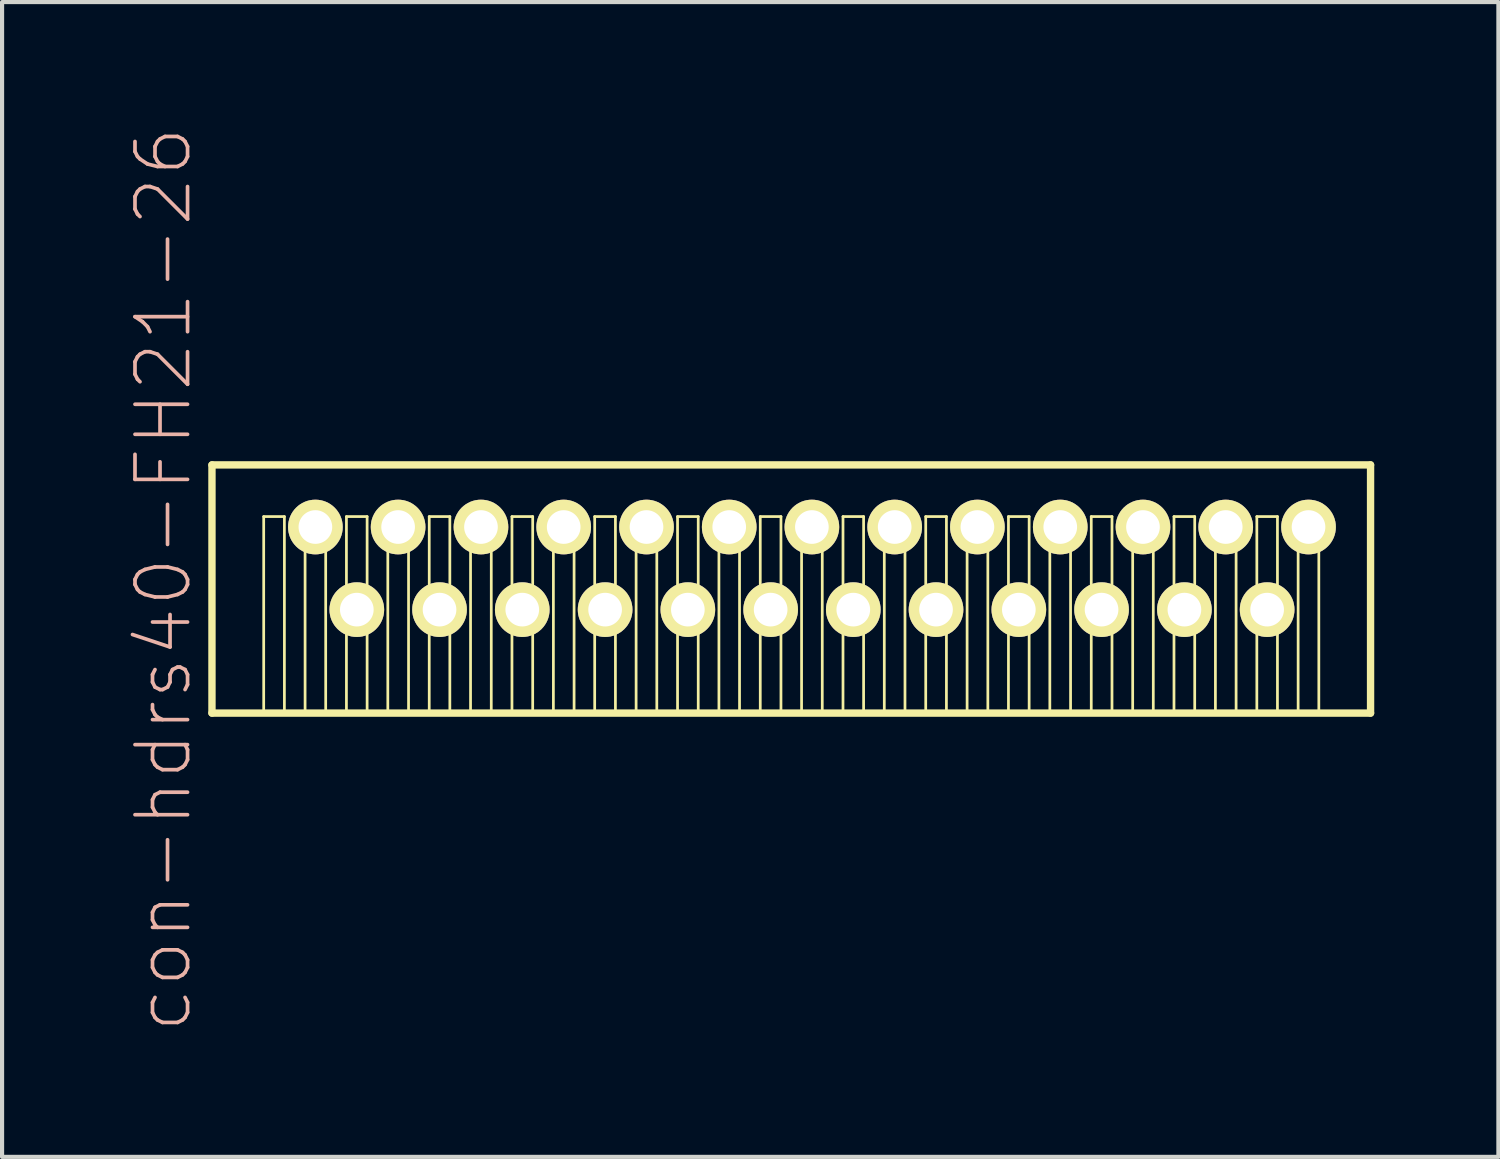
<source format=kicad_pcb>
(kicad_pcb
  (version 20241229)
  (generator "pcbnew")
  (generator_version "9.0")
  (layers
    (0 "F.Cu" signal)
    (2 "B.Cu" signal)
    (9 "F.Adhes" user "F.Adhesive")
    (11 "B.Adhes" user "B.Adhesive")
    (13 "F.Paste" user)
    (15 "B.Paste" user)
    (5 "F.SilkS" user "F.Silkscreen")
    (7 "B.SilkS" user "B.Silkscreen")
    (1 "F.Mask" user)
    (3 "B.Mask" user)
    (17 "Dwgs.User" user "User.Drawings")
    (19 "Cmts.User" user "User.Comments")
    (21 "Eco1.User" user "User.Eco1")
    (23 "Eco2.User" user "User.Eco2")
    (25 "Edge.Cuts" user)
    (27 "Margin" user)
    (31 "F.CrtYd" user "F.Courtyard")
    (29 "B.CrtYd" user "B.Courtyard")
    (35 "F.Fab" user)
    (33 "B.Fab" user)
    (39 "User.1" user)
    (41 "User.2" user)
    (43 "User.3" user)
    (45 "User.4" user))
  (footprint "con-hdrs40-FH21-26"
    (layer "F.Cu")
    (at 16.07 10.683)
    (property "Reference" "con-hdrs40-FH21-26" (at -15.171 0.269 90) (layer "B.SilkS") (effects (font (size 1.27 1.27) (thickness 0.089))))
    (attr exclude_from_pos_files exclude_from_bom)
    (fp_line (start -13.998 -2.499) (end 13.998 -2.499) (stroke (width 0.178) (type solid)) (layer "F.SilkS"))
    (fp_line (start -13.998 3.498) (end -13.998 -2.499) (stroke (width 0.178) (type solid)) (layer "F.SilkS"))
    (fp_line (start -12.748 -1.25) (end -12.248 -1.25) (stroke (width 0.066) (type solid)) (layer "F.SilkS"))
    (fp_line (start -12.748 3.498) (end -12.748 -1.25) (stroke (width 0.066) (type solid)) (layer "F.SilkS"))
    (fp_line (start -12.748 3.498) (end -12.248 3.498) (stroke (width 0.066) (type solid)) (layer "F.SilkS"))
    (fp_line (start -12.248 3.498) (end -12.248 -1.25) (stroke (width 0.066) (type solid)) (layer "F.SilkS"))
    (fp_line (start -11.748 -1.25) (end -11.25 -1.25) (stroke (width 0.066) (type solid)) (layer "F.SilkS"))
    (fp_line (start -11.748 3.498) (end -11.748 -1.25) (stroke (width 0.066) (type solid)) (layer "F.SilkS"))
    (fp_line (start -11.748 3.498) (end -11.25 3.498) (stroke (width 0.066) (type solid)) (layer "F.SilkS"))
    (fp_line (start -11.25 3.498) (end -11.25 -1.25) (stroke (width 0.066) (type solid)) (layer "F.SilkS"))
    (fp_line (start -10.749 -1.25) (end -10.249 -1.25) (stroke (width 0.066) (type solid)) (layer "F.SilkS"))
    (fp_line (start -10.749 3.498) (end -10.749 -1.25) (stroke (width 0.066) (type solid)) (layer "F.SilkS"))
    (fp_line (start -10.749 3.498) (end -10.249 3.498) (stroke (width 0.066) (type solid)) (layer "F.SilkS"))
    (fp_line (start -10.249 3.498) (end -10.249 -1.25) (stroke (width 0.066) (type solid)) (layer "F.SilkS"))
    (fp_line (start -9.749 -1.25) (end -9.248 -1.25) (stroke (width 0.066) (type solid)) (layer "F.SilkS"))
    (fp_line (start -9.749 3.498) (end -9.749 -1.25) (stroke (width 0.066) (type solid)) (layer "F.SilkS"))
    (fp_line (start -9.749 3.498) (end -9.248 3.498) (stroke (width 0.066) (type solid)) (layer "F.SilkS"))
    (fp_line (start -9.248 3.498) (end -9.248 -1.25) (stroke (width 0.066) (type solid)) (layer "F.SilkS"))
    (fp_line (start -8.748 -1.25) (end -8.25 -1.25) (stroke (width 0.066) (type solid)) (layer "F.SilkS"))
    (fp_line (start -8.748 3.498) (end -8.748 -1.25) (stroke (width 0.066) (type solid)) (layer "F.SilkS"))
    (fp_line (start -8.748 3.498) (end -8.25 3.498) (stroke (width 0.066) (type solid)) (layer "F.SilkS"))
    (fp_line (start -8.25 3.498) (end -8.25 -1.25) (stroke (width 0.066) (type solid)) (layer "F.SilkS"))
    (fp_line (start -7.75 -1.25) (end -7.249 -1.25) (stroke (width 0.066) (type solid)) (layer "F.SilkS"))
    (fp_line (start -7.75 3.498) (end -7.75 -1.25) (stroke (width 0.066) (type solid)) (layer "F.SilkS"))
    (fp_line (start -7.75 3.498) (end -7.249 3.498) (stroke (width 0.066) (type solid)) (layer "F.SilkS"))
    (fp_line (start -7.249 3.498) (end -7.249 -1.25) (stroke (width 0.066) (type solid)) (layer "F.SilkS"))
    (fp_line (start -6.749 -1.25) (end -6.248 -1.25) (stroke (width 0.066) (type solid)) (layer "F.SilkS"))
    (fp_line (start -6.749 3.498) (end -6.749 -1.25) (stroke (width 0.066) (type solid)) (layer "F.SilkS"))
    (fp_line (start -6.749 3.498) (end -6.248 3.498) (stroke (width 0.066) (type solid)) (layer "F.SilkS"))
    (fp_line (start -6.248 3.498) (end -6.248 -1.25) (stroke (width 0.066) (type solid)) (layer "F.SilkS"))
    (fp_line (start -5.748 -1.25) (end -5.248 -1.25) (stroke (width 0.066) (type solid)) (layer "F.SilkS"))
    (fp_line (start -5.748 3.498) (end -5.748 -1.25) (stroke (width 0.066) (type solid)) (layer "F.SilkS"))
    (fp_line (start -5.748 3.498) (end -5.248 3.498) (stroke (width 0.066) (type solid)) (layer "F.SilkS"))
    (fp_line (start -5.248 3.498) (end -5.248 -1.25) (stroke (width 0.066) (type solid)) (layer "F.SilkS"))
    (fp_line (start -4.75 -1.25) (end -4.249 -1.25) (stroke (width 0.066) (type solid)) (layer "F.SilkS"))
    (fp_line (start -4.75 3.498) (end -4.75 -1.25) (stroke (width 0.066) (type solid)) (layer "F.SilkS"))
    (fp_line (start -4.75 3.498) (end -4.249 3.498) (stroke (width 0.066) (type solid)) (layer "F.SilkS"))
    (fp_line (start -4.249 3.498) (end -4.249 -1.25) (stroke (width 0.066) (type solid)) (layer "F.SilkS"))
    (fp_line (start -3.749 -1.25) (end -3.249 -1.25) (stroke (width 0.066) (type solid)) (layer "F.SilkS"))
    (fp_line (start -3.749 3.498) (end -3.749 -1.25) (stroke (width 0.066) (type solid)) (layer "F.SilkS"))
    (fp_line (start -3.749 3.498) (end -3.249 3.498) (stroke (width 0.066) (type solid)) (layer "F.SilkS"))
    (fp_line (start -3.249 3.498) (end -3.249 -1.25) (stroke (width 0.066) (type solid)) (layer "F.SilkS"))
    (fp_line (start -2.748 -1.25) (end -2.248 -1.25) (stroke (width 0.066) (type solid)) (layer "F.SilkS"))
    (fp_line (start -2.748 3.498) (end -2.748 -1.25) (stroke (width 0.066) (type solid)) (layer "F.SilkS"))
    (fp_line (start -2.748 3.498) (end -2.248 3.498) (stroke (width 0.066) (type solid)) (layer "F.SilkS"))
    (fp_line (start -2.248 3.498) (end -2.248 -1.25) (stroke (width 0.066) (type solid)) (layer "F.SilkS"))
    (fp_line (start -1.748 -1.25) (end -1.25 -1.25) (stroke (width 0.066) (type solid)) (layer "F.SilkS"))
    (fp_line (start -1.748 3.498) (end -1.748 -1.25) (stroke (width 0.066) (type solid)) (layer "F.SilkS"))
    (fp_line (start -1.748 3.498) (end -1.25 3.498) (stroke (width 0.066) (type solid)) (layer "F.SilkS"))
    (fp_line (start -1.25 3.498) (end -1.25 -1.25) (stroke (width 0.066) (type solid)) (layer "F.SilkS"))
    (fp_line (start -0.749 -1.25) (end -0.249 -1.25) (stroke (width 0.066) (type solid)) (layer "F.SilkS"))
    (fp_line (start -0.749 3.498) (end -0.749 -1.25) (stroke (width 0.066) (type solid)) (layer "F.SilkS"))
    (fp_line (start -0.749 3.498) (end -0.249 3.498) (stroke (width 0.066) (type solid)) (layer "F.SilkS"))
    (fp_line (start -0.249 3.498) (end -0.249 -1.25) (stroke (width 0.066) (type solid)) (layer "F.SilkS"))
    (fp_line (start 0.249 -1.25) (end 0.749 -1.25) (stroke (width 0.066) (type solid)) (layer "F.SilkS"))
    (fp_line (start 0.249 3.498) (end 0.249 -1.25) (stroke (width 0.066) (type solid)) (layer "F.SilkS"))
    (fp_line (start 0.249 3.498) (end 0.749 3.498) (stroke (width 0.066) (type solid)) (layer "F.SilkS"))
    (fp_line (start 0.749 3.498) (end 0.749 -1.25) (stroke (width 0.066) (type solid)) (layer "F.SilkS"))
    (fp_line (start 1.25 -1.25) (end 1.748 -1.25) (stroke (width 0.066) (type solid)) (layer "F.SilkS"))
    (fp_line (start 1.25 3.498) (end 1.25 -1.25) (stroke (width 0.066) (type solid)) (layer "F.SilkS"))
    (fp_line (start 1.25 3.498) (end 1.748 3.498) (stroke (width 0.066) (type solid)) (layer "F.SilkS"))
    (fp_line (start 1.748 3.498) (end 1.748 -1.25) (stroke (width 0.066) (type solid)) (layer "F.SilkS"))
    (fp_line (start 2.248 -1.25) (end 2.748 -1.25) (stroke (width 0.066) (type solid)) (layer "F.SilkS"))
    (fp_line (start 2.248 3.498) (end 2.248 -1.25) (stroke (width 0.066) (type solid)) (layer "F.SilkS"))
    (fp_line (start 2.248 3.498) (end 2.748 3.498) (stroke (width 0.066) (type solid)) (layer "F.SilkS"))
    (fp_line (start 2.748 3.498) (end 2.748 -1.25) (stroke (width 0.066) (type solid)) (layer "F.SilkS"))
    (fp_line (start 3.249 -1.25) (end 3.749 -1.25) (stroke (width 0.066) (type solid)) (layer "F.SilkS"))
    (fp_line (start 3.249 3.498) (end 3.249 -1.25) (stroke (width 0.066) (type solid)) (layer "F.SilkS"))
    (fp_line (start 3.249 3.498) (end 3.749 3.498) (stroke (width 0.066) (type solid)) (layer "F.SilkS"))
    (fp_line (start 3.749 3.498) (end 3.749 -1.25) (stroke (width 0.066) (type solid)) (layer "F.SilkS"))
    (fp_line (start 4.249 -1.25) (end 4.75 -1.25) (stroke (width 0.066) (type solid)) (layer "F.SilkS"))
    (fp_line (start 4.249 3.498) (end 4.249 -1.25) (stroke (width 0.066) (type solid)) (layer "F.SilkS"))
    (fp_line (start 4.249 3.498) (end 4.75 3.498) (stroke (width 0.066) (type solid)) (layer "F.SilkS"))
    (fp_line (start 4.75 3.498) (end 4.75 -1.25) (stroke (width 0.066) (type solid)) (layer "F.SilkS"))
    (fp_line (start 5.248 -1.25) (end 5.748 -1.25) (stroke (width 0.066) (type solid)) (layer "F.SilkS"))
    (fp_line (start 5.248 3.498) (end 5.248 -1.25) (stroke (width 0.066) (type solid)) (layer "F.SilkS"))
    (fp_line (start 5.248 3.498) (end 5.748 3.498) (stroke (width 0.066) (type solid)) (layer "F.SilkS"))
    (fp_line (start 5.748 3.498) (end 5.748 -1.25) (stroke (width 0.066) (type solid)) (layer "F.SilkS"))
    (fp_line (start 6.248 -1.25) (end 6.749 -1.25) (stroke (width 0.066) (type solid)) (layer "F.SilkS"))
    (fp_line (start 6.248 3.498) (end 6.248 -1.25) (stroke (width 0.066) (type solid)) (layer "F.SilkS"))
    (fp_line (start 6.248 3.498) (end 6.749 3.498) (stroke (width 0.066) (type solid)) (layer "F.SilkS"))
    (fp_line (start 6.749 3.498) (end 6.749 -1.25) (stroke (width 0.066) (type solid)) (layer "F.SilkS"))
    (fp_line (start 7.249 -1.25) (end 7.75 -1.25) (stroke (width 0.066) (type solid)) (layer "F.SilkS"))
    (fp_line (start 7.249 3.498) (end 7.249 -1.25) (stroke (width 0.066) (type solid)) (layer "F.SilkS"))
    (fp_line (start 7.249 3.498) (end 7.75 3.498) (stroke (width 0.066) (type solid)) (layer "F.SilkS"))
    (fp_line (start 7.75 3.498) (end 7.75 -1.25) (stroke (width 0.066) (type solid)) (layer "F.SilkS"))
    (fp_line (start 8.25 -1.25) (end 8.748 -1.25) (stroke (width 0.066) (type solid)) (layer "F.SilkS"))
    (fp_line (start 8.25 3.498) (end 8.25 -1.25) (stroke (width 0.066) (type solid)) (layer "F.SilkS"))
    (fp_line (start 8.25 3.498) (end 8.748 3.498) (stroke (width 0.066) (type solid)) (layer "F.SilkS"))
    (fp_line (start 8.748 3.498) (end 8.748 -1.25) (stroke (width 0.066) (type solid)) (layer "F.SilkS"))
    (fp_line (start 9.248 -1.25) (end 9.749 -1.25) (stroke (width 0.066) (type solid)) (layer "F.SilkS"))
    (fp_line (start 9.248 3.498) (end 9.248 -1.25) (stroke (width 0.066) (type solid)) (layer "F.SilkS"))
    (fp_line (start 9.248 3.498) (end 9.749 3.498) (stroke (width 0.066) (type solid)) (layer "F.SilkS"))
    (fp_line (start 9.749 3.498) (end 9.749 -1.25) (stroke (width 0.066) (type solid)) (layer "F.SilkS"))
    (fp_line (start 10.249 -1.25) (end 10.749 -1.25) (stroke (width 0.066) (type solid)) (layer "F.SilkS"))
    (fp_line (start 10.249 3.498) (end 10.249 -1.25) (stroke (width 0.066) (type solid)) (layer "F.SilkS"))
    (fp_line (start 10.249 3.498) (end 10.749 3.498) (stroke (width 0.066) (type solid)) (layer "F.SilkS"))
    (fp_line (start 10.749 3.498) (end 10.749 -1.25) (stroke (width 0.066) (type solid)) (layer "F.SilkS"))
    (fp_line (start 11.25 -1.25) (end 11.748 -1.25) (stroke (width 0.066) (type solid)) (layer "F.SilkS"))
    (fp_line (start 11.25 3.498) (end 11.25 -1.25) (stroke (width 0.066) (type solid)) (layer "F.SilkS"))
    (fp_line (start 11.25 3.498) (end 11.748 3.498) (stroke (width 0.066) (type solid)) (layer "F.SilkS"))
    (fp_line (start 11.748 3.498) (end 11.748 -1.25) (stroke (width 0.066) (type solid)) (layer "F.SilkS"))
    (fp_line (start 12.248 -1.25) (end 12.748 -1.25) (stroke (width 0.066) (type solid)) (layer "F.SilkS"))
    (fp_line (start 12.248 3.498) (end 12.248 -1.25) (stroke (width 0.066) (type solid)) (layer "F.SilkS"))
    (fp_line (start 12.248 3.498) (end 12.748 3.498) (stroke (width 0.066) (type solid)) (layer "F.SilkS"))
    (fp_line (start 12.748 3.498) (end 12.748 -1.25) (stroke (width 0.066) (type solid)) (layer "F.SilkS"))
    (fp_line (start 13.998 -2.499) (end 13.998 3.498) (stroke (width 0.178) (type solid)) (layer "F.SilkS"))
    (fp_line (start 13.998 3.498) (end -13.998 3.498) (stroke (width 0.178) (type solid)) (layer "F.SilkS"))
    (pad "1" thru_hole rect (at -12.499 0.998) (size 0.001 0.001) (drill 0.813) (layers "*.Cu" "F.Mask" "F.SilkS" "F.Paste"))
    (pad "2" thru_hole circle (at -11.499 -0.998) (size 1.321 1.321) (drill 0.813) (layers "*.Cu" "F.Mask" "F.SilkS" "F.Paste"))
    (pad "3" thru_hole circle (at -10.498 0.998) (size 1.321 1.321) (drill 0.813) (layers "*.Cu" "F.Mask" "F.SilkS" "F.Paste"))
    (pad "4" thru_hole circle (at -9.5 -0.998) (size 1.321 1.321) (drill 0.813) (layers "*.Cu" "F.Mask" "F.SilkS" "F.Paste"))
    (pad "5" thru_hole circle (at -8.499 0.998) (size 1.321 1.321) (drill 0.813) (layers "*.Cu" "F.Mask" "F.SilkS" "F.Paste"))
    (pad "6" thru_hole circle (at -7.498 -0.998) (size 1.321 1.321) (drill 0.813) (layers "*.Cu" "F.Mask" "F.SilkS" "F.Paste"))
    (pad "7" thru_hole circle (at -6.5 0.998) (size 1.321 1.321) (drill 0.813) (layers "*.Cu" "F.Mask" "F.SilkS" "F.Paste"))
    (pad "8" thru_hole circle (at -5.499 -0.998) (size 1.321 1.321) (drill 0.813) (layers "*.Cu" "F.Mask" "F.SilkS" "F.Paste"))
    (pad "9" thru_hole circle (at -4.498 0.998) (size 1.321 1.321) (drill 0.813) (layers "*.Cu" "F.Mask" "F.SilkS" "F.Paste"))
    (pad "10" thru_hole circle (at -3.498 -0.998) (size 1.321 1.321) (drill 0.813) (layers "*.Cu" "F.Mask" "F.SilkS" "F.Paste"))
    (pad "11" thru_hole circle (at -2.499 0.998) (size 1.321 1.321) (drill 0.813) (layers "*.Cu" "F.Mask" "F.SilkS" "F.Paste"))
    (pad "12" thru_hole circle (at -1.499 -0.998) (size 1.321 1.321) (drill 0.813) (layers "*.Cu" "F.Mask" "F.SilkS" "F.Paste"))
    (pad "13" thru_hole circle (at -0.498 0.998) (size 1.321 1.321) (drill 0.813) (layers "*.Cu" "F.Mask" "F.SilkS" "F.Paste"))
    (pad "14" thru_hole circle (at 0.498 -0.998) (size 1.321 1.321) (drill 0.813) (layers "*.Cu" "F.Mask" "F.SilkS" "F.Paste"))
    (pad "15" thru_hole circle (at 1.499 0.998) (size 1.321 1.321) (drill 0.813) (layers "*.Cu" "F.Mask" "F.SilkS" "F.Paste"))
    (pad "16" thru_hole circle (at 2.499 -0.998) (size 1.321 1.321) (drill 0.813) (layers "*.Cu" "F.Mask" "F.SilkS" "F.Paste"))
    (pad "17" thru_hole circle (at 3.498 0.998) (size 1.321 1.321) (drill 0.813) (layers "*.Cu" "F.Mask" "F.SilkS" "F.Paste"))
    (pad "18" thru_hole circle (at 4.498 -0.998) (size 1.321 1.321) (drill 0.813) (layers "*.Cu" "F.Mask" "F.SilkS" "F.Paste"))
    (pad "19" thru_hole circle (at 5.499 0.998) (size 1.321 1.321) (drill 0.813) (layers "*.Cu" "F.Mask" "F.SilkS" "F.Paste"))
    (pad "20" thru_hole circle (at 6.5 -0.998) (size 1.321 1.321) (drill 0.813) (layers "*.Cu" "F.Mask" "F.SilkS" "F.Paste"))
    (pad "21" thru_hole circle (at 7.498 0.998) (size 1.321 1.321) (drill 0.813) (layers "*.Cu" "F.Mask" "F.SilkS" "F.Paste"))
    (pad "22" thru_hole circle (at 8.499 -0.998) (size 1.321 1.321) (drill 0.813) (layers "*.Cu" "F.Mask" "F.SilkS" "F.Paste"))
    (pad "23" thru_hole circle (at 9.5 0.998) (size 1.321 1.321) (drill 0.813) (layers "*.Cu" "F.Mask" "F.SilkS" "F.Paste"))
    (pad "24" thru_hole circle (at 10.498 -0.998) (size 1.321 1.321) (drill 0.813) (layers "*.Cu" "F.Mask" "F.SilkS" "F.Paste"))
    (pad "25" thru_hole circle (at 11.499 0.998) (size 1.321 1.321) (drill 0.813) (layers "*.Cu" "F.Mask" "F.SilkS" "F.Paste"))
    (pad "26" thru_hole circle (at 12.499 -0.998) (size 1.321 1.321) (drill 0.813) (layers "*.Cu" "F.Mask" "F.SilkS" "F.Paste")))
  (gr_rect
    (start -3 -3)
    (end 33.157 24.905)
    (stroke (width 0.1) (type default))
    (fill no)
    (layer "Edge.Cuts")))
</source>
